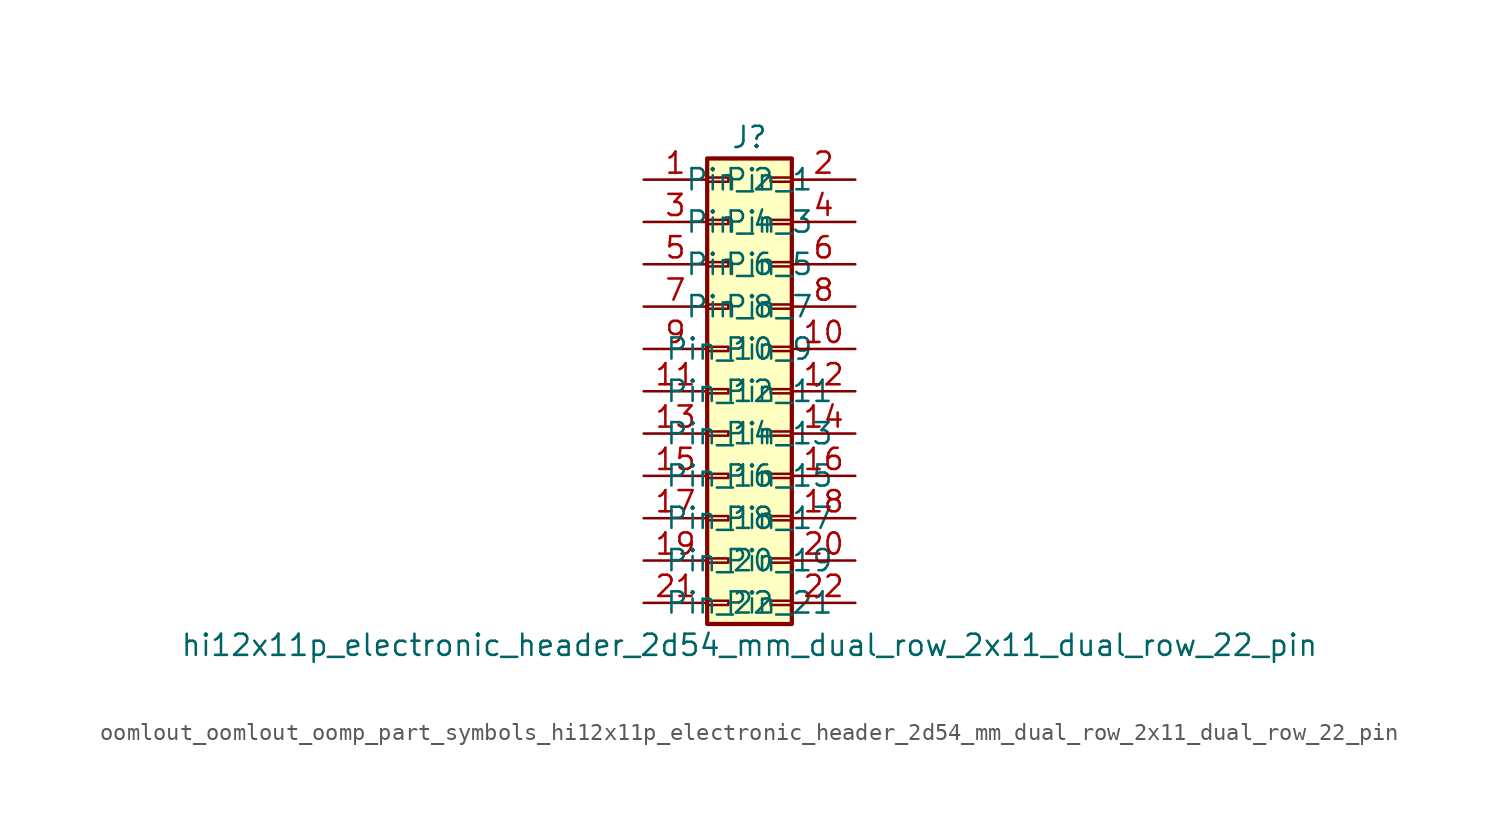
<source format=kicad_sym>
(kicad_symbol_lib
  (version 20220914)
  (generator kicad_symbol_editor)
  (symbol "oomlout_oomlout_oomp_part_symbols_hi12x11p_electronic_header_2d54_mm_dual_row_2x11_dual_row_22_pin"
    (pin_names
      (offset 1.016))
    (property "Reference" "J"
      (at 1.27 15.24 0)
      (effects (font (size 1.27 1.27))))
    (property "Value" "hi12x11p_electronic_header_2d54_mm_dual_row_2x11_dual_row_22_pin"
      (at 1.27 -15.24 0)
      (effects (font (size 1.27 1.27))))
    (symbol "oomlout_oomlout_oomp_part_symbols_hi12x11p_electronic_header_2d54_mm_dual_row_2x11_dual_row_22_pin_1_1"
      (rectangle (start -1.27 -12.573) (end 0 -12.827) (stroke (width 0.152) (type default)) (fill (type none)))
      (rectangle (start -1.27 -10.033) (end 0 -10.287) (stroke (width 0.152) (type default)) (fill (type none)))
      (rectangle (start -1.27 -7.493) (end 0 -7.747) (stroke (width 0.152) (type default)) (fill (type none)))
      (rectangle (start -1.27 -4.953) (end 0 -5.207) (stroke (width 0.152) (type default)) (fill (type none)))
      (rectangle (start -1.27 -2.413) (end 0 -2.667) (stroke (width 0.152) (type default)) (fill (type none)))
      (rectangle (start -1.27 0.127) (end 0 -0.127) (stroke (width 0.152) (type default)) (fill (type none)))
      (rectangle (start -1.27 2.667) (end 0 2.413) (stroke (width 0.152) (type default)) (fill (type none)))
      (rectangle (start -1.27 5.207) (end 0 4.953) (stroke (width 0.152) (type default)) (fill (type none)))
      (rectangle (start -1.27 7.747) (end 0 7.493) (stroke (width 0.152) (type default)) (fill (type none)))
      (rectangle (start -1.27 10.287) (end 0 10.033) (stroke (width 0.152) (type default)) (fill (type none)))
      (rectangle (start -1.27 12.827) (end 0 12.573) (stroke (width 0.152) (type default)) (fill (type none)))
      (rectangle (start -1.27 13.97) (end 3.81 -13.97) (stroke (width 0.254) (type default)) (fill (type background)))
      (rectangle (start 3.81 -12.573) (end 2.54 -12.827) (stroke (width 0.152) (type default)) (fill (type none)))
      (rectangle (start 3.81 -10.033) (end 2.54 -10.287) (stroke (width 0.152) (type default)) (fill (type none)))
      (rectangle (start 3.81 -7.493) (end 2.54 -7.747) (stroke (width 0.152) (type default)) (fill (type none)))
      (rectangle (start 3.81 -4.953) (end 2.54 -5.207) (stroke (width 0.152) (type default)) (fill (type none)))
      (rectangle (start 3.81 -2.413) (end 2.54 -2.667) (stroke (width 0.152) (type default)) (fill (type none)))
      (rectangle (start 3.81 0.127) (end 2.54 -0.127) (stroke (width 0.152) (type default)) (fill (type none)))
      (rectangle (start 3.81 2.667) (end 2.54 2.413) (stroke (width 0.152) (type default)) (fill (type none)))
      (rectangle (start 3.81 5.207) (end 2.54 4.953) (stroke (width 0.152) (type default)) (fill (type none)))
      (rectangle (start 3.81 7.747) (end 2.54 7.493) (stroke (width 0.152) (type default)) (fill (type none)))
      (rectangle (start 3.81 10.287) (end 2.54 10.033) (stroke (width 0.152) (type default)) (fill (type none)))
      (rectangle (start 3.81 12.827) (end 2.54 12.573) (stroke (width 0.152) (type default)) (fill (type none)))
      (pin passive line (at -5.08 12.7 0) (length 3.81) (name "Pin_1" (effects (font (size 1.27 1.27)))) (number "1" (effects (font (size 1.27 1.27)))))
      (pin passive line (at 7.62 2.54 180) (length 3.81) (name "Pin_10" (effects (font (size 1.27 1.27)))) (number "10" (effects (font (size 1.27 1.27)))))
      (pin passive line (at -5.08 0 0) (length 3.81) (name "Pin_11" (effects (font (size 1.27 1.27)))) (number "11" (effects (font (size 1.27 1.27)))))
      (pin passive line (at 7.62 0 180) (length 3.81) (name "Pin_12" (effects (font (size 1.27 1.27)))) (number "12" (effects (font (size 1.27 1.27)))))
      (pin passive line (at -5.08 -2.54 0) (length 3.81) (name "Pin_13" (effects (font (size 1.27 1.27)))) (number "13" (effects (font (size 1.27 1.27)))))
      (pin passive line (at 7.62 -2.54 180) (length 3.81) (name "Pin_14" (effects (font (size 1.27 1.27)))) (number "14" (effects (font (size 1.27 1.27)))))
      (pin passive line (at -5.08 -5.08 0) (length 3.81) (name "Pin_15" (effects (font (size 1.27 1.27)))) (number "15" (effects (font (size 1.27 1.27)))))
      (pin passive line (at 7.62 -5.08 180) (length 3.81) (name "Pin_16" (effects (font (size 1.27 1.27)))) (number "16" (effects (font (size 1.27 1.27)))))
      (pin passive line (at -5.08 -7.62 0) (length 3.81) (name "Pin_17" (effects (font (size 1.27 1.27)))) (number "17" (effects (font (size 1.27 1.27)))))
      (pin passive line (at 7.62 -7.62 180) (length 3.81) (name "Pin_18" (effects (font (size 1.27 1.27)))) (number "18" (effects (font (size 1.27 1.27)))))
      (pin passive line (at -5.08 -10.16 0) (length 3.81) (name "Pin_19" (effects (font (size 1.27 1.27)))) (number "19" (effects (font (size 1.27 1.27)))))
      (pin passive line (at 7.62 12.7 180) (length 3.81) (name "Pin_2" (effects (font (size 1.27 1.27)))) (number "2" (effects (font (size 1.27 1.27)))))
      (pin passive line (at 7.62 -10.16 180) (length 3.81) (name "Pin_20" (effects (font (size 1.27 1.27)))) (number "20" (effects (font (size 1.27 1.27)))))
      (pin passive line (at -5.08 -12.7 0) (length 3.81) (name "Pin_21" (effects (font (size 1.27 1.27)))) (number "21" (effects (font (size 1.27 1.27)))))
      (pin passive line (at 7.62 -12.7 180) (length 3.81) (name "Pin_22" (effects (font (size 1.27 1.27)))) (number "22" (effects (font (size 1.27 1.27)))))
      (pin passive line (at -5.08 10.16 0) (length 3.81) (name "Pin_3" (effects (font (size 1.27 1.27)))) (number "3" (effects (font (size 1.27 1.27)))))
      (pin passive line (at 7.62 10.16 180) (length 3.81) (name "Pin_4" (effects (font (size 1.27 1.27)))) (number "4" (effects (font (size 1.27 1.27)))))
      (pin passive line (at -5.08 7.62 0) (length 3.81) (name "Pin_5" (effects (font (size 1.27 1.27)))) (number "5" (effects (font (size 1.27 1.27)))))
      (pin passive line (at 7.62 7.62 180) (length 3.81) (name "Pin_6" (effects (font (size 1.27 1.27)))) (number "6" (effects (font (size 1.27 1.27)))))
      (pin passive line (at -5.08 5.08 0) (length 3.81) (name "Pin_7" (effects (font (size 1.27 1.27)))) (number "7" (effects (font (size 1.27 1.27)))))
      (pin passive line (at 7.62 5.08 180) (length 3.81) (name "Pin_8" (effects (font (size 1.27 1.27)))) (number "8" (effects (font (size 1.27 1.27)))))
      (pin passive line (at -5.08 2.54 0) (length 3.81) (name "Pin_9" (effects (font (size 1.27 1.27)))) (number "9" (effects (font (size 1.27 1.27))))))))
</source>
